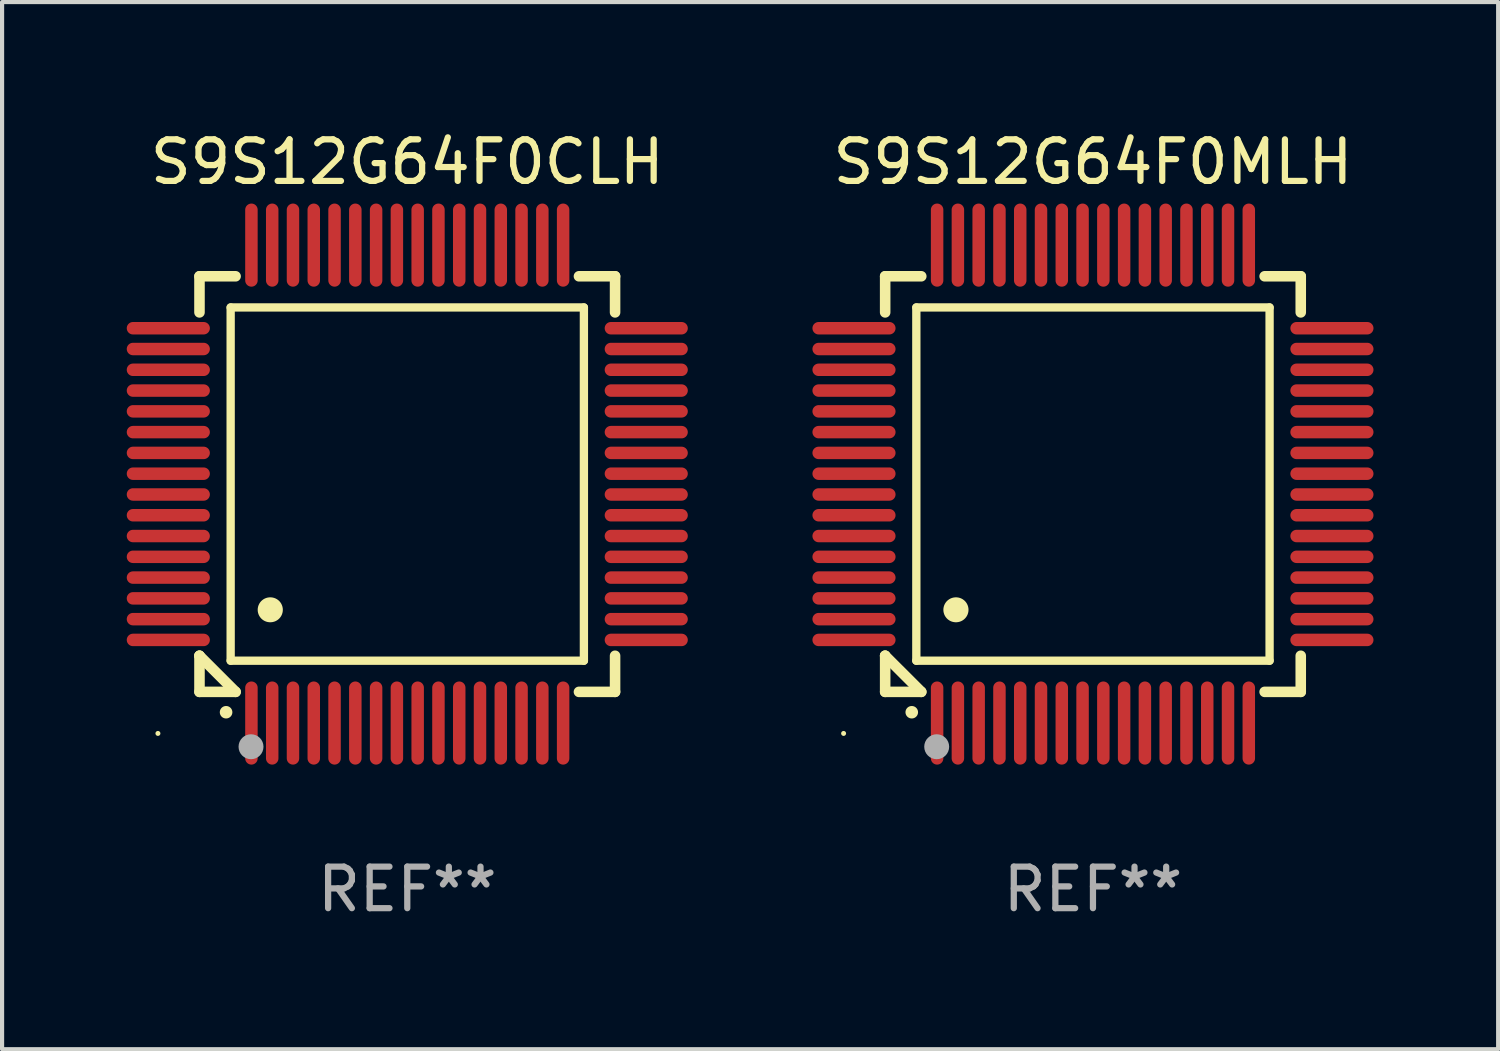
<source format=kicad_pcb>
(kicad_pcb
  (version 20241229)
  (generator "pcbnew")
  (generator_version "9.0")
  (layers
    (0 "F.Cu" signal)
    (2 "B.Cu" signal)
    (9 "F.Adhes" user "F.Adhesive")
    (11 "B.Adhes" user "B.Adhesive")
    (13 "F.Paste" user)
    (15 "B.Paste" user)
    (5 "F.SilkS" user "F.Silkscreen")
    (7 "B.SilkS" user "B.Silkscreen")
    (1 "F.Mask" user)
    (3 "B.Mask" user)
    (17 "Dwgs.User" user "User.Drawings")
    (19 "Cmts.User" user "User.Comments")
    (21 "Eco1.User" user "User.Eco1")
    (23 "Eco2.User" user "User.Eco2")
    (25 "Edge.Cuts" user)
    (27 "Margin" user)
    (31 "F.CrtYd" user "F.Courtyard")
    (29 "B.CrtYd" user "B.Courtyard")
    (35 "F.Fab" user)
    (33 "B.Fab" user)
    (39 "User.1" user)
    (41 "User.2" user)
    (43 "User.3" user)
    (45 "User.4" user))
  (footprint "S9S12G64F0CLH"
    (layer "F.Cu")
    (at 6.75 8.598)
    (property "Reference" "S9S12G64F0CLH" (at 0 -7.75 0) (layer "F.SilkS") (effects (font (size 1 1) (thickness 0.15))))
    (attr through_hole)
    (fp_line (start -5 -5) (end -4.131 -5) (stroke (width 0.254) (type solid)) (layer "F.SilkS"))
    (fp_line (start -5 -4.131) (end -5 -5) (stroke (width 0.254) (type solid)) (layer "F.SilkS"))
    (fp_line (start -5 4.131) (end -5 4.131) (stroke (width 0.254) (type solid)) (layer "F.SilkS"))
    (fp_line (start -5 5) (end -5 4.131) (stroke (width 0.254) (type solid)) (layer "F.SilkS"))
    (fp_line (start -5 4.131) (end -4.131 5) (stroke (width 0.254) (type solid)) (layer "F.SilkS"))
    (fp_line (start -4.25 -4.25) (end -4.25 4.25) (stroke (width 0.2) (type solid)) (layer "F.SilkS"))
    (fp_line (start -4.25 4.25) (end 4.25 4.25) (stroke (width 0.2) (type solid)) (layer "F.SilkS"))
    (fp_line (start -4.131 5) (end -5 5) (stroke (width 0.254) (type solid)) (layer "F.SilkS"))
    (fp_line (start 4.25 -4.25) (end -4.25 -4.25) (stroke (width 0.2) (type solid)) (layer "F.SilkS"))
    (fp_line (start 4.25 4.25) (end 4.25 -4.25) (stroke (width 0.2) (type solid)) (layer "F.SilkS"))
    (fp_line (start 5 -5) (end 4.131 -5) (stroke (width 0.254) (type solid)) (layer "F.SilkS"))
    (fp_line (start 5 -5) (end 5 -4.131) (stroke (width 0.254) (type solid)) (layer "F.SilkS"))
    (fp_line (start 5 4.131) (end 5 5) (stroke (width 0.254) (type solid)) (layer "F.SilkS"))
    (fp_line (start 5 5) (end 4.131 5) (stroke (width 0.254) (type solid)) (layer "F.SilkS"))
    (fp_arc (start -4.361265 5.489992) (mid -4.359995 5.489987) (end -4.358725 5.489992) (stroke (width 0.3) (type solid)) (layer "F.SilkS"))
    (fp_arc (start -3.299467 3.025146) (mid -3.296927 3.025135) (end -3.294387 3.025146) (stroke (width 0.6) (type solid)) (layer "F.SilkS"))
    (fp_circle (center -6 6) (end -5.97 6) (stroke (width 0.06) (type solid)) (fill no) (layer "F.SilkS"))
    (fp_circle (center -3.76 6.32) (end -3.61 6.32) (stroke (width 0.3) (type solid)) (fill no) (layer "F.Fab"))
    (fp_text user "REF**" (at 0 9.75 0) (layer "F.Fab") (effects (font (size 1 1) (thickness 0.15))))
    (pad "1" smd oval (at -3.75 5.75) (size 0.3 2) (layers "F.Cu" "F.Mask" "F.Paste"))
    (pad "2" smd oval (at -3.25 5.75) (size 0.3 2) (layers "F.Cu" "F.Mask" "F.Paste"))
    (pad "3" smd oval (at -2.75 5.75) (size 0.3 2) (layers "F.Cu" "F.Mask" "F.Paste"))
    (pad "4" smd oval (at -2.25 5.75) (size 0.3 2) (layers "F.Cu" "F.Mask" "F.Paste"))
    (pad "5" smd oval (at -1.75 5.75) (size 0.3 2) (layers "F.Cu" "F.Mask" "F.Paste"))
    (pad "6" smd oval (at -1.25 5.75) (size 0.3 2) (layers "F.Cu" "F.Mask" "F.Paste"))
    (pad "7" smd oval (at -0.75 5.75) (size 0.3 2) (layers "F.Cu" "F.Mask" "F.Paste"))
    (pad "8" smd oval (at -0.25 5.75) (size 0.3 2) (layers "F.Cu" "F.Mask" "F.Paste"))
    (pad "9" smd oval (at 0.25 5.75) (size 0.3 2) (layers "F.Cu" "F.Mask" "F.Paste"))
    (pad "10" smd oval (at 0.75 5.75) (size 0.3 2) (layers "F.Cu" "F.Mask" "F.Paste"))
    (pad "11" smd oval (at 1.25 5.75) (size 0.3 2) (layers "F.Cu" "F.Mask" "F.Paste"))
    (pad "12" smd oval (at 1.75 5.75) (size 0.3 2) (layers "F.Cu" "F.Mask" "F.Paste"))
    (pad "13" smd oval (at 2.25 5.75) (size 0.3 2) (layers "F.Cu" "F.Mask" "F.Paste"))
    (pad "14" smd oval (at 2.75 5.75) (size 0.3 2) (layers "F.Cu" "F.Mask" "F.Paste"))
    (pad "15" smd oval (at 3.25 5.75) (size 0.3 2) (layers "F.Cu" "F.Mask" "F.Paste"))
    (pad "16" smd oval (at 3.75 5.75) (size 0.3 2) (layers "F.Cu" "F.Mask" "F.Paste"))
    (pad "17" smd oval (at 5.75 3.75) (size 2 0.3) (layers "F.Cu" "F.Mask" "F.Paste"))
    (pad "18" smd oval (at 5.75 3.25) (size 2 0.3) (layers "F.Cu" "F.Mask" "F.Paste"))
    (pad "19" smd oval (at 5.75 2.75) (size 2 0.3) (layers "F.Cu" "F.Mask" "F.Paste"))
    (pad "20" smd oval (at 5.75 2.25) (size 2 0.3) (layers "F.Cu" "F.Mask" "F.Paste"))
    (pad "21" smd oval (at 5.75 1.75) (size 2 0.3) (layers "F.Cu" "F.Mask" "F.Paste"))
    (pad "22" smd oval (at 5.75 1.25) (size 2 0.3) (layers "F.Cu" "F.Mask" "F.Paste"))
    (pad "23" smd oval (at 5.75 0.75) (size 2 0.3) (layers "F.Cu" "F.Mask" "F.Paste"))
    (pad "24" smd oval (at 5.75 0.25) (size 2 0.3) (layers "F.Cu" "F.Mask" "F.Paste"))
    (pad "25" smd oval (at 5.75 -0.25) (size 2 0.3) (layers "F.Cu" "F.Mask" "F.Paste"))
    (pad "26" smd oval (at 5.75 -0.75) (size 2 0.3) (layers "F.Cu" "F.Mask" "F.Paste"))
    (pad "27" smd oval (at 5.75 -1.25) (size 2 0.3) (layers "F.Cu" "F.Mask" "F.Paste"))
    (pad "28" smd oval (at 5.75 -1.75) (size 2 0.3) (layers "F.Cu" "F.Mask" "F.Paste"))
    (pad "29" smd oval (at 5.75 -2.25) (size 2 0.3) (layers "F.Cu" "F.Mask" "F.Paste"))
    (pad "30" smd oval (at 5.75 -2.75) (size 2 0.3) (layers "F.Cu" "F.Mask" "F.Paste"))
    (pad "31" smd oval (at 5.75 -3.25) (size 2 0.3) (layers "F.Cu" "F.Mask" "F.Paste"))
    (pad "32" smd oval (at 5.75 -3.75) (size 2 0.3) (layers "F.Cu" "F.Mask" "F.Paste"))
    (pad "33" smd oval (at 3.75 -5.75) (size 0.3 2) (layers "F.Cu" "F.Mask" "F.Paste"))
    (pad "34" smd oval (at 3.25 -5.75) (size 0.3 2) (layers "F.Cu" "F.Mask" "F.Paste"))
    (pad "35" smd oval (at 2.75 -5.75) (size 0.3 2) (layers "F.Cu" "F.Mask" "F.Paste"))
    (pad "36" smd oval (at 2.25 -5.75) (size 0.3 2) (layers "F.Cu" "F.Mask" "F.Paste"))
    (pad "37" smd oval (at 1.75 -5.75) (size 0.3 2) (layers "F.Cu" "F.Mask" "F.Paste"))
    (pad "38" smd oval (at 1.25 -5.75) (size 0.3 2) (layers "F.Cu" "F.Mask" "F.Paste"))
    (pad "39" smd oval (at 0.75 -5.75) (size 0.3 2) (layers "F.Cu" "F.Mask" "F.Paste"))
    (pad "40" smd oval (at 0.25 -5.75) (size 0.3 2) (layers "F.Cu" "F.Mask" "F.Paste"))
    (pad "41" smd oval (at -0.25 -5.75) (size 0.3 2) (layers "F.Cu" "F.Mask" "F.Paste"))
    (pad "42" smd oval (at -0.75 -5.75) (size 0.3 2) (layers "F.Cu" "F.Mask" "F.Paste"))
    (pad "43" smd oval (at -1.25 -5.75) (size 0.3 2) (layers "F.Cu" "F.Mask" "F.Paste"))
    (pad "44" smd oval (at -1.75 -5.75) (size 0.3 2) (layers "F.Cu" "F.Mask" "F.Paste"))
    (pad "45" smd oval (at -2.25 -5.75) (size 0.3 2) (layers "F.Cu" "F.Mask" "F.Paste"))
    (pad "46" smd oval (at -2.75 -5.75) (size 0.3 2) (layers "F.Cu" "F.Mask" "F.Paste"))
    (pad "47" smd oval (at -3.25 -5.75) (size 0.3 2) (layers "F.Cu" "F.Mask" "F.Paste"))
    (pad "48" smd oval (at -3.75 -5.75) (size 0.3 2) (layers "F.Cu" "F.Mask" "F.Paste"))
    (pad "49" smd oval (at -5.75 -3.75) (size 2 0.3) (layers "F.Cu" "F.Mask" "F.Paste"))
    (pad "50" smd oval (at -5.75 -3.25) (size 2 0.3) (layers "F.Cu" "F.Mask" "F.Paste"))
    (pad "51" smd oval (at -5.75 -2.75) (size 2 0.3) (layers "F.Cu" "F.Mask" "F.Paste"))
    (pad "52" smd oval (at -5.75 -2.25) (size 2 0.3) (layers "F.Cu" "F.Mask" "F.Paste"))
    (pad "53" smd oval (at -5.75 -1.75) (size 2 0.3) (layers "F.Cu" "F.Mask" "F.Paste"))
    (pad "54" smd oval (at -5.75 -1.25) (size 2 0.3) (layers "F.Cu" "F.Mask" "F.Paste"))
    (pad "55" smd oval (at -5.75 -0.75) (size 2 0.3) (layers "F.Cu" "F.Mask" "F.Paste"))
    (pad "56" smd oval (at -5.75 -0.25) (size 2 0.3) (layers "F.Cu" "F.Mask" "F.Paste"))
    (pad "57" smd oval (at -5.75 0.25) (size 2 0.3) (layers "F.Cu" "F.Mask" "F.Paste"))
    (pad "58" smd oval (at -5.75 0.75) (size 2 0.3) (layers "F.Cu" "F.Mask" "F.Paste"))
    (pad "59" smd oval (at -5.75 1.25) (size 2 0.3) (layers "F.Cu" "F.Mask" "F.Paste"))
    (pad "60" smd oval (at -5.75 1.75) (size 2 0.3) (layers "F.Cu" "F.Mask" "F.Paste"))
    (pad "61" smd oval (at -5.75 2.25) (size 2 0.3) (layers "F.Cu" "F.Mask" "F.Paste"))
    (pad "62" smd oval (at -5.75 2.75) (size 2 0.3) (layers "F.Cu" "F.Mask" "F.Paste"))
    (pad "63" smd oval (at -5.75 3.25) (size 2 0.3) (layers "F.Cu" "F.Mask" "F.Paste"))
    (pad "64" smd oval (at -5.75 3.75) (size 2 0.3) (layers "F.Cu" "F.Mask" "F.Paste")))
  (footprint "S9S12G64F0MLH"
    (layer "F.Cu")
    (at 23.249 8.598)
    (property "Reference" "S9S12G64F0MLH" (at 0 -7.75 0) (layer "F.SilkS") (effects (font (size 1 1) (thickness 0.15))))
    (attr through_hole)
    (fp_line (start -5 -5) (end -4.131 -5) (stroke (width 0.254) (type solid)) (layer "F.SilkS"))
    (fp_line (start -5 -4.131) (end -5 -5) (stroke (width 0.254) (type solid)) (layer "F.SilkS"))
    (fp_line (start -5 4.131) (end -5 4.131) (stroke (width 0.254) (type solid)) (layer "F.SilkS"))
    (fp_line (start -5 5) (end -5 4.131) (stroke (width 0.254) (type solid)) (layer "F.SilkS"))
    (fp_line (start -5 4.131) (end -4.131 5) (stroke (width 0.254) (type solid)) (layer "F.SilkS"))
    (fp_line (start -4.25 -4.25) (end -4.25 4.25) (stroke (width 0.2) (type solid)) (layer "F.SilkS"))
    (fp_line (start -4.25 4.25) (end 4.25 4.25) (stroke (width 0.2) (type solid)) (layer "F.SilkS"))
    (fp_line (start -4.131 5) (end -5 5) (stroke (width 0.254) (type solid)) (layer "F.SilkS"))
    (fp_line (start 4.25 -4.25) (end -4.25 -4.25) (stroke (width 0.2) (type solid)) (layer "F.SilkS"))
    (fp_line (start 4.25 4.25) (end 4.25 -4.25) (stroke (width 0.2) (type solid)) (layer "F.SilkS"))
    (fp_line (start 5 -5) (end 4.131 -5) (stroke (width 0.254) (type solid)) (layer "F.SilkS"))
    (fp_line (start 5 -5) (end 5 -4.131) (stroke (width 0.254) (type solid)) (layer "F.SilkS"))
    (fp_line (start 5 4.131) (end 5 5) (stroke (width 0.254) (type solid)) (layer "F.SilkS"))
    (fp_line (start 5 5) (end 4.131 5) (stroke (width 0.254) (type solid)) (layer "F.SilkS"))
    (fp_arc (start -4.361265 5.489992) (mid -4.359995 5.489987) (end -4.358725 5.489992) (stroke (width 0.3) (type solid)) (layer "F.SilkS"))
    (fp_arc (start -3.299467 3.025146) (mid -3.296927 3.025135) (end -3.294387 3.025146) (stroke (width 0.6) (type solid)) (layer "F.SilkS"))
    (fp_circle (center -6 6) (end -5.97 6) (stroke (width 0.06) (type solid)) (fill no) (layer "F.SilkS"))
    (fp_circle (center -3.76 6.32) (end -3.61 6.32) (stroke (width 0.3) (type solid)) (fill no) (layer "F.Fab"))
    (fp_text user "REF**" (at 0 9.75 0) (layer "F.Fab") (effects (font (size 1 1) (thickness 0.15))))
    (pad "1" smd oval (at -3.75 5.75) (size 0.3 2) (layers "F.Cu" "F.Mask" "F.Paste"))
    (pad "2" smd oval (at -3.25 5.75) (size 0.3 2) (layers "F.Cu" "F.Mask" "F.Paste"))
    (pad "3" smd oval (at -2.75 5.75) (size 0.3 2) (layers "F.Cu" "F.Mask" "F.Paste"))
    (pad "4" smd oval (at -2.25 5.75) (size 0.3 2) (layers "F.Cu" "F.Mask" "F.Paste"))
    (pad "5" smd oval (at -1.75 5.75) (size 0.3 2) (layers "F.Cu" "F.Mask" "F.Paste"))
    (pad "6" smd oval (at -1.25 5.75) (size 0.3 2) (layers "F.Cu" "F.Mask" "F.Paste"))
    (pad "7" smd oval (at -0.75 5.75) (size 0.3 2) (layers "F.Cu" "F.Mask" "F.Paste"))
    (pad "8" smd oval (at -0.25 5.75) (size 0.3 2) (layers "F.Cu" "F.Mask" "F.Paste"))
    (pad "9" smd oval (at 0.25 5.75) (size 0.3 2) (layers "F.Cu" "F.Mask" "F.Paste"))
    (pad "10" smd oval (at 0.75 5.75) (size 0.3 2) (layers "F.Cu" "F.Mask" "F.Paste"))
    (pad "11" smd oval (at 1.25 5.75) (size 0.3 2) (layers "F.Cu" "F.Mask" "F.Paste"))
    (pad "12" smd oval (at 1.75 5.75) (size 0.3 2) (layers "F.Cu" "F.Mask" "F.Paste"))
    (pad "13" smd oval (at 2.25 5.75) (size 0.3 2) (layers "F.Cu" "F.Mask" "F.Paste"))
    (pad "14" smd oval (at 2.75 5.75) (size 0.3 2) (layers "F.Cu" "F.Mask" "F.Paste"))
    (pad "15" smd oval (at 3.25 5.75) (size 0.3 2) (layers "F.Cu" "F.Mask" "F.Paste"))
    (pad "16" smd oval (at 3.75 5.75) (size 0.3 2) (layers "F.Cu" "F.Mask" "F.Paste"))
    (pad "17" smd oval (at 5.75 3.75) (size 2 0.3) (layers "F.Cu" "F.Mask" "F.Paste"))
    (pad "18" smd oval (at 5.75 3.25) (size 2 0.3) (layers "F.Cu" "F.Mask" "F.Paste"))
    (pad "19" smd oval (at 5.75 2.75) (size 2 0.3) (layers "F.Cu" "F.Mask" "F.Paste"))
    (pad "20" smd oval (at 5.75 2.25) (size 2 0.3) (layers "F.Cu" "F.Mask" "F.Paste"))
    (pad "21" smd oval (at 5.75 1.75) (size 2 0.3) (layers "F.Cu" "F.Mask" "F.Paste"))
    (pad "22" smd oval (at 5.75 1.25) (size 2 0.3) (layers "F.Cu" "F.Mask" "F.Paste"))
    (pad "23" smd oval (at 5.75 0.75) (size 2 0.3) (layers "F.Cu" "F.Mask" "F.Paste"))
    (pad "24" smd oval (at 5.75 0.25) (size 2 0.3) (layers "F.Cu" "F.Mask" "F.Paste"))
    (pad "25" smd oval (at 5.75 -0.25) (size 2 0.3) (layers "F.Cu" "F.Mask" "F.Paste"))
    (pad "26" smd oval (at 5.75 -0.75) (size 2 0.3) (layers "F.Cu" "F.Mask" "F.Paste"))
    (pad "27" smd oval (at 5.75 -1.25) (size 2 0.3) (layers "F.Cu" "F.Mask" "F.Paste"))
    (pad "28" smd oval (at 5.75 -1.75) (size 2 0.3) (layers "F.Cu" "F.Mask" "F.Paste"))
    (pad "29" smd oval (at 5.75 -2.25) (size 2 0.3) (layers "F.Cu" "F.Mask" "F.Paste"))
    (pad "30" smd oval (at 5.75 -2.75) (size 2 0.3) (layers "F.Cu" "F.Mask" "F.Paste"))
    (pad "31" smd oval (at 5.75 -3.25) (size 2 0.3) (layers "F.Cu" "F.Mask" "F.Paste"))
    (pad "32" smd oval (at 5.75 -3.75) (size 2 0.3) (layers "F.Cu" "F.Mask" "F.Paste"))
    (pad "33" smd oval (at 3.75 -5.75) (size 0.3 2) (layers "F.Cu" "F.Mask" "F.Paste"))
    (pad "34" smd oval (at 3.25 -5.75) (size 0.3 2) (layers "F.Cu" "F.Mask" "F.Paste"))
    (pad "35" smd oval (at 2.75 -5.75) (size 0.3 2) (layers "F.Cu" "F.Mask" "F.Paste"))
    (pad "36" smd oval (at 2.25 -5.75) (size 0.3 2) (layers "F.Cu" "F.Mask" "F.Paste"))
    (pad "37" smd oval (at 1.75 -5.75) (size 0.3 2) (layers "F.Cu" "F.Mask" "F.Paste"))
    (pad "38" smd oval (at 1.25 -5.75) (size 0.3 2) (layers "F.Cu" "F.Mask" "F.Paste"))
    (pad "39" smd oval (at 0.75 -5.75) (size 0.3 2) (layers "F.Cu" "F.Mask" "F.Paste"))
    (pad "40" smd oval (at 0.25 -5.75) (size 0.3 2) (layers "F.Cu" "F.Mask" "F.Paste"))
    (pad "41" smd oval (at -0.25 -5.75) (size 0.3 2) (layers "F.Cu" "F.Mask" "F.Paste"))
    (pad "42" smd oval (at -0.75 -5.75) (size 0.3 2) (layers "F.Cu" "F.Mask" "F.Paste"))
    (pad "43" smd oval (at -1.25 -5.75) (size 0.3 2) (layers "F.Cu" "F.Mask" "F.Paste"))
    (pad "44" smd oval (at -1.75 -5.75) (size 0.3 2) (layers "F.Cu" "F.Mask" "F.Paste"))
    (pad "45" smd oval (at -2.25 -5.75) (size 0.3 2) (layers "F.Cu" "F.Mask" "F.Paste"))
    (pad "46" smd oval (at -2.75 -5.75) (size 0.3 2) (layers "F.Cu" "F.Mask" "F.Paste"))
    (pad "47" smd oval (at -3.25 -5.75) (size 0.3 2) (layers "F.Cu" "F.Mask" "F.Paste"))
    (pad "48" smd oval (at -3.75 -5.75) (size 0.3 2) (layers "F.Cu" "F.Mask" "F.Paste"))
    (pad "49" smd oval (at -5.75 -3.75) (size 2 0.3) (layers "F.Cu" "F.Mask" "F.Paste"))
    (pad "50" smd oval (at -5.75 -3.25) (size 2 0.3) (layers "F.Cu" "F.Mask" "F.Paste"))
    (pad "51" smd oval (at -5.75 -2.75) (size 2 0.3) (layers "F.Cu" "F.Mask" "F.Paste"))
    (pad "52" smd oval (at -5.75 -2.25) (size 2 0.3) (layers "F.Cu" "F.Mask" "F.Paste"))
    (pad "53" smd oval (at -5.75 -1.75) (size 2 0.3) (layers "F.Cu" "F.Mask" "F.Paste"))
    (pad "54" smd oval (at -5.75 -1.25) (size 2 0.3) (layers "F.Cu" "F.Mask" "F.Paste"))
    (pad "55" smd oval (at -5.75 -0.75) (size 2 0.3) (layers "F.Cu" "F.Mask" "F.Paste"))
    (pad "56" smd oval (at -5.75 -0.25) (size 2 0.3) (layers "F.Cu" "F.Mask" "F.Paste"))
    (pad "57" smd oval (at -5.75 0.25) (size 2 0.3) (layers "F.Cu" "F.Mask" "F.Paste"))
    (pad "58" smd oval (at -5.75 0.75) (size 2 0.3) (layers "F.Cu" "F.Mask" "F.Paste"))
    (pad "59" smd oval (at -5.75 1.25) (size 2 0.3) (layers "F.Cu" "F.Mask" "F.Paste"))
    (pad "60" smd oval (at -5.75 1.75) (size 2 0.3) (layers "F.Cu" "F.Mask" "F.Paste"))
    (pad "61" smd oval (at -5.75 2.25) (size 2 0.3) (layers "F.Cu" "F.Mask" "F.Paste"))
    (pad "62" smd oval (at -5.75 2.75) (size 2 0.3) (layers "F.Cu" "F.Mask" "F.Paste"))
    (pad "63" smd oval (at -5.75 3.25) (size 2 0.3) (layers "F.Cu" "F.Mask" "F.Paste"))
    (pad "64" smd oval (at -5.75 3.75) (size 2 0.3) (layers "F.Cu" "F.Mask" "F.Paste")))
  (gr_rect
    (start -3 -3)
    (end 32.999 22.196)
    (stroke (width 0.1) (type default))
    (fill no)
    (layer "Edge.Cuts")))
</source>
